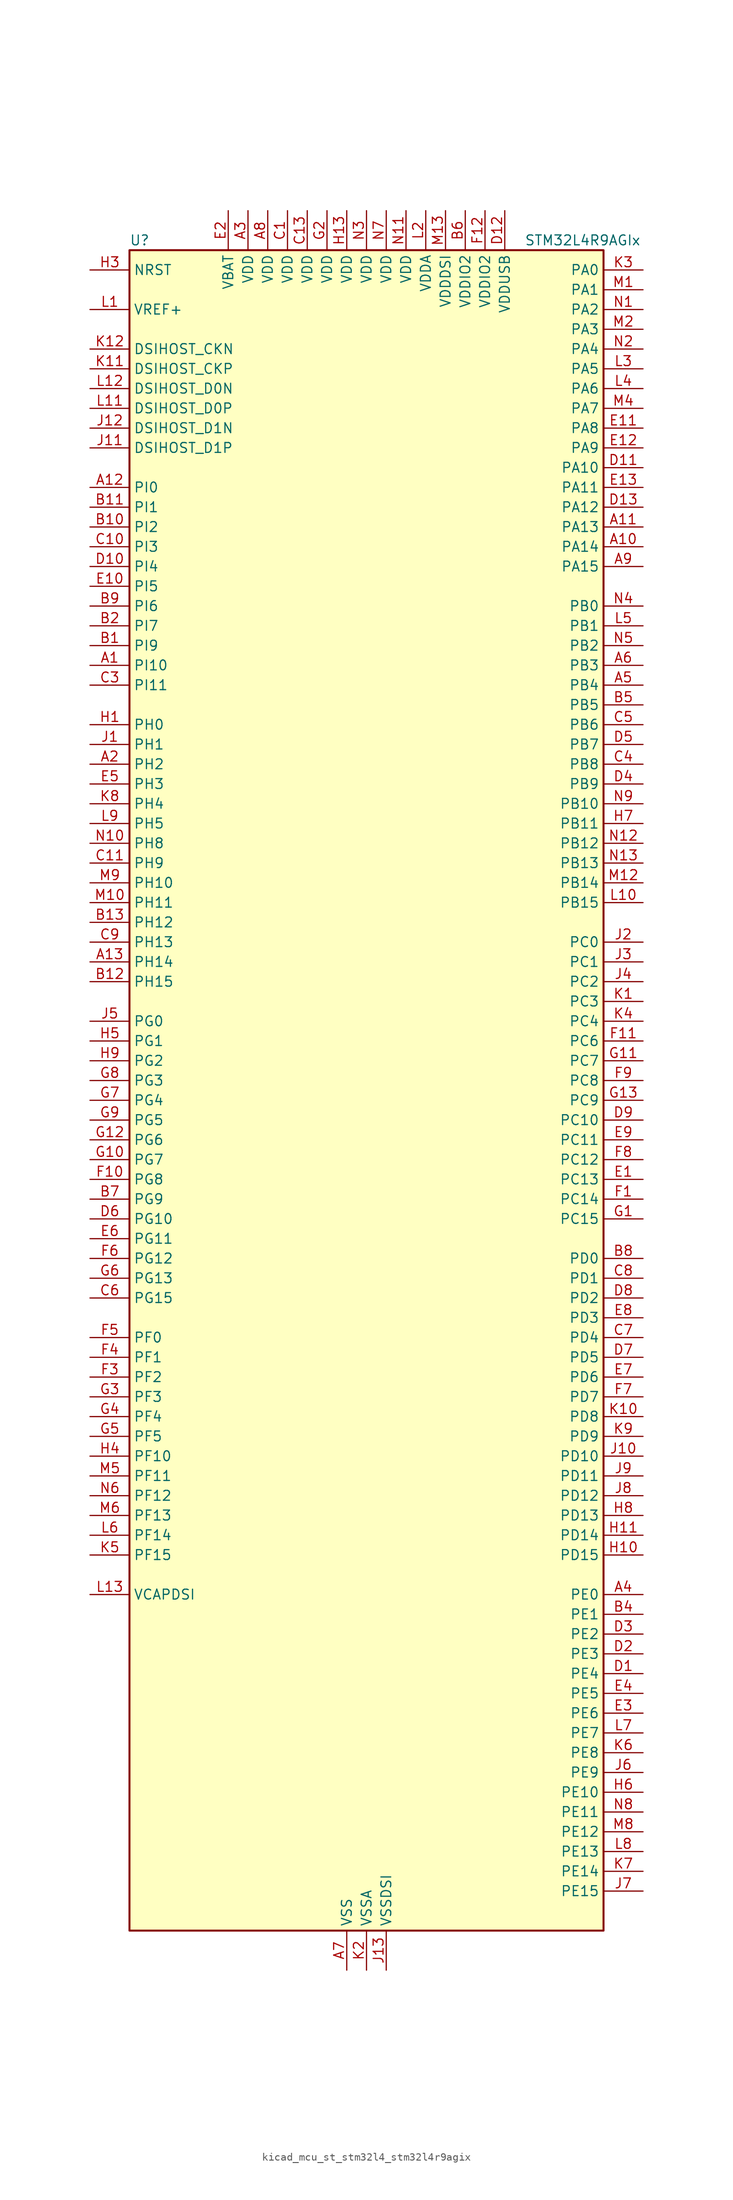
<source format=kicad_sym>
(kicad_symbol_lib
  (version 20220914)
  (generator kicad_symbol_editor)
  (symbol "kicad_mcu_st_stm32l4_stm32l4r9agix"
    (property "Reference" "U"
      (at -30.48 110.49 0)
      (effects (font (size 1.27 1.27)) (justify left)))
    (property "Value" "STM32L4R9AGIx"
      (at 20.32 110.49 0)
      (effects (font (size 1.27 1.27)) (justify left)))
    (property "ki_locked" ""
      (at 0 0 0)
      (effects (font (size 1.27 1.27))))
    (symbol "kicad_mcu_st_stm32l4_stm32l4r9agix_0_1"
      (rectangle (start -30.48 -106.68) (end 30.48 109.22) (stroke (width 0.254) (type default)) (fill (type background))))
    (symbol "kicad_mcu_st_stm32l4_stm32l4r9agix_1_1"
      (pin bidirectional line (at -35.56 55.88 0) (length 5.08) (name "PI10" (effects (font (size 1.27 1.27)))) (number "A1" (effects (font (size 1.27 1.27)))) (alternate "OCTOSPIM_P2_IO1" bidirectional line))
      (pin bidirectional line (at 35.56 71.12 180) (length 5.08) (name "PA14" (effects (font (size 1.27 1.27)))) (number "A10" (effects (font (size 1.27 1.27)))) (alternate "I2C1_SMBA" bidirectional line) (alternate "I2C4_SMBA" bidirectional line) (alternate "LPTIM1_OUT" bidirectional line) (alternate "SAI1_FS_B" bidirectional line) (alternate "SYS_JTCK-SWCLK" bidirectional line) (alternate "USB_OTG_FS_SOF" bidirectional line))
      (pin bidirectional line (at 35.56 73.66 180) (length 5.08) (name "PA13" (effects (font (size 1.27 1.27)))) (number "A11" (effects (font (size 1.27 1.27)))) (alternate "IR_OUT" bidirectional line) (alternate "SAI1_SD_B" bidirectional line) (alternate "SYS_JTMS-SWDIO" bidirectional line) (alternate "USB_OTG_FS_NOE" bidirectional line))
      (pin bidirectional line (at -35.56 78.74 0) (length 5.08) (name "PI0" (effects (font (size 1.27 1.27)))) (number "A12" (effects (font (size 1.27 1.27)))) (alternate "DCMI_D13" bidirectional line) (alternate "OCTOSPIM_P1_IO5" bidirectional line) (alternate "SPI2_NSS" bidirectional line) (alternate "TIM5_CH4" bidirectional line))
      (pin bidirectional line (at -35.56 17.78 0) (length 5.08) (name "PH14" (effects (font (size 1.27 1.27)))) (number "A13" (effects (font (size 1.27 1.27)))) (alternate "DCMI_D4" bidirectional line) (alternate "TIM8_CH2N" bidirectional line))
      (pin bidirectional line (at -35.56 43.18 0) (length 5.08) (name "PH2" (effects (font (size 1.27 1.27)))) (number "A2" (effects (font (size 1.27 1.27)))) (alternate "OCTOSPIM_P1_IO4" bidirectional line))
      (pin power_in line (at -15.24 114.3 270) (length 5.08) (name "VDD" (effects (font (size 1.27 1.27)))) (number "A3" (effects (font (size 1.27 1.27)))))
      (pin bidirectional line (at 35.56 -63.5 180) (length 5.08) (name "PE0" (effects (font (size 1.27 1.27)))) (number "A4" (effects (font (size 1.27 1.27)))) (alternate "DCMI_D2" bidirectional line) (alternate "FMC_NBL0" bidirectional line) (alternate "LTDC_HSYNC" bidirectional line) (alternate "TIM16_CH1" bidirectional line) (alternate "TIM4_ETR" bidirectional line))
      (pin bidirectional line (at 35.56 53.34 180) (length 5.08) (name "PB4" (effects (font (size 1.27 1.27)))) (number "A5" (effects (font (size 1.27 1.27)))) (alternate "COMP2_INP" bidirectional line) (alternate "DCMI_D12" bidirectional line) (alternate "I2C3_SDA" bidirectional line) (alternate "SAI1_MCLK_B" bidirectional line) (alternate "SPI1_MISO" bidirectional line) (alternate "SPI3_MISO" bidirectional line) (alternate "SYS_JTRST" bidirectional line) (alternate "TIM17_BKIN" bidirectional line) (alternate "TIM3_CH1" bidirectional line) (alternate "TSC_G2_IO1" bidirectional line) (alternate "UART5_DE" bidirectional line) (alternate "UART5_RTS" bidirectional line) (alternate "USART1_CTS" bidirectional line) (alternate "USART1_NSS" bidirectional line))
      (pin bidirectional line (at 35.56 55.88 180) (length 5.08) (name "PB3" (effects (font (size 1.27 1.27)))) (number "A6" (effects (font (size 1.27 1.27)))) (alternate "COMP2_INM" bidirectional line) (alternate "CRS_SYNC" bidirectional line) (alternate "SAI1_SCK_B" bidirectional line) (alternate "SPI1_SCK" bidirectional line) (alternate "SPI3_SCK" bidirectional line) (alternate "SYS_JTDO-SWO" bidirectional line) (alternate "TIM2_CH2" bidirectional line) (alternate "USART1_DE" bidirectional line) (alternate "USART1_RTS" bidirectional line))
      (pin power_in line (at -2.54 -111.76 90) (length 5.08) (name "VSS" (effects (font (size 1.27 1.27)))) (number "A7" (effects (font (size 1.27 1.27)))))
      (pin power_in line (at -12.7 114.3 270) (length 5.08) (name "VDD" (effects (font (size 1.27 1.27)))) (number "A8" (effects (font (size 1.27 1.27)))))
      (pin bidirectional line (at 35.56 68.58 180) (length 5.08) (name "PA15" (effects (font (size 1.27 1.27)))) (number "A9" (effects (font (size 1.27 1.27)))) (alternate "ADC1_EXTI15" bidirectional line) (alternate "SAI2_FS_B" bidirectional line) (alternate "SPI1_NSS" bidirectional line) (alternate "SPI3_NSS" bidirectional line) (alternate "SYS_JTDI" bidirectional line) (alternate "TIM2_CH1" bidirectional line) (alternate "TIM2_ETR" bidirectional line) (alternate "TSC_G3_IO1" bidirectional line) (alternate "UART4_DE" bidirectional line) (alternate "UART4_RTS" bidirectional line) (alternate "USART2_RX" bidirectional line) (alternate "USART3_DE" bidirectional line) (alternate "USART3_RTS" bidirectional line))
      (pin bidirectional line (at -35.56 58.42 0) (length 5.08) (name "PI9" (effects (font (size 1.27 1.27)))) (number "B1" (effects (font (size 1.27 1.27)))) (alternate "CAN1_RX" bidirectional line) (alternate "DAC1_EXTI9" bidirectional line) (alternate "OCTOSPIM_P2_IO2" bidirectional line))
      (pin bidirectional line (at -35.56 73.66 0) (length 5.08) (name "PI2" (effects (font (size 1.27 1.27)))) (number "B10" (effects (font (size 1.27 1.27)))) (alternate "DCMI_D9" bidirectional line) (alternate "SPI2_MISO" bidirectional line) (alternate "TIM8_CH4" bidirectional line))
      (pin bidirectional line (at -35.56 76.2 0) (length 5.08) (name "PI1" (effects (font (size 1.27 1.27)))) (number "B11" (effects (font (size 1.27 1.27)))) (alternate "DCMI_D8" bidirectional line) (alternate "SPI2_SCK" bidirectional line))
      (pin bidirectional line (at -35.56 15.24 0) (length 5.08) (name "PH15" (effects (font (size 1.27 1.27)))) (number "B12" (effects (font (size 1.27 1.27)))) (alternate "ADC1_EXTI15" bidirectional line) (alternate "DCMI_D11" bidirectional line) (alternate "OCTOSPIM_P2_IO6" bidirectional line) (alternate "TIM8_CH3N" bidirectional line))
      (pin bidirectional line (at -35.56 22.86 0) (length 5.08) (name "PH12" (effects (font (size 1.27 1.27)))) (number "B13" (effects (font (size 1.27 1.27)))) (alternate "DCMI_D3" bidirectional line) (alternate "OCTOSPIM_P2_IO7" bidirectional line) (alternate "TIM5_CH3" bidirectional line))
      (pin bidirectional line (at -35.56 60.96 0) (length 5.08) (name "PI7" (effects (font (size 1.27 1.27)))) (number "B2" (effects (font (size 1.27 1.27)))) (alternate "DCMI_D7" bidirectional line) (alternate "TIM8_CH3" bidirectional line))
      (pin passive line (at -2.54 -111.76 90) (length 5.08) hide (name "VSS" (effects (font (size 1.27 1.27)))) (number "B3" (effects (font (size 1.27 1.27)))))
      (pin bidirectional line (at 35.56 -66.04 180) (length 5.08) (name "PE1" (effects (font (size 1.27 1.27)))) (number "B4" (effects (font (size 1.27 1.27)))) (alternate "DCMI_D3" bidirectional line) (alternate "FMC_NBL1" bidirectional line) (alternate "LTDC_VSYNC" bidirectional line) (alternate "TIM17_CH1" bidirectional line))
      (pin bidirectional line (at 35.56 50.8 180) (length 5.08) (name "PB5" (effects (font (size 1.27 1.27)))) (number "B5" (effects (font (size 1.27 1.27)))) (alternate "COMP2_OUT" bidirectional line) (alternate "DCMI_D10" bidirectional line) (alternate "I2C1_SMBA" bidirectional line) (alternate "LPTIM1_IN1" bidirectional line) (alternate "SAI1_SD_B" bidirectional line) (alternate "SPI1_MOSI" bidirectional line) (alternate "SPI3_MOSI" bidirectional line) (alternate "TIM16_BKIN" bidirectional line) (alternate "TIM3_CH2" bidirectional line) (alternate "TSC_G2_IO2" bidirectional line) (alternate "UART5_CTS" bidirectional line) (alternate "USART1_CK" bidirectional line))
      (pin power_in line (at 12.7 114.3 270) (length 5.08) (name "VDDIO2" (effects (font (size 1.27 1.27)))) (number "B6" (effects (font (size 1.27 1.27)))))
      (pin bidirectional line (at -35.56 -12.7 0) (length 5.08) (name "PG9" (effects (font (size 1.27 1.27)))) (number "B7" (effects (font (size 1.27 1.27)))) (alternate "DAC1_EXTI9" bidirectional line) (alternate "FMC_NCE" bidirectional line) (alternate "FMC_NE2" bidirectional line) (alternate "OCTOSPIM_P2_IO6" bidirectional line) (alternate "SAI2_SCK_A" bidirectional line) (alternate "SPI3_SCK" bidirectional line) (alternate "TIM15_CH1N" bidirectional line) (alternate "USART1_TX" bidirectional line))
      (pin bidirectional line (at 35.56 -20.32 180) (length 5.08) (name "PD0" (effects (font (size 1.27 1.27)))) (number "B8" (effects (font (size 1.27 1.27)))) (alternate "CAN1_RX" bidirectional line) (alternate "DFSDM1_DATIN7" bidirectional line) (alternate "FMC_D2" bidirectional line) (alternate "FMC_DA2" bidirectional line) (alternate "LTDC_B4" bidirectional line) (alternate "SPI2_NSS" bidirectional line))
      (pin bidirectional line (at -35.56 63.5 0) (length 5.08) (name "PI6" (effects (font (size 1.27 1.27)))) (number "B9" (effects (font (size 1.27 1.27)))) (alternate "DCMI_D6" bidirectional line) (alternate "OCTOSPIM_P2_CLK" bidirectional line) (alternate "TIM8_CH2" bidirectional line))
      (pin power_in line (at -10.16 114.3 270) (length 5.08) (name "VDD" (effects (font (size 1.27 1.27)))) (number "C1" (effects (font (size 1.27 1.27)))))
      (pin bidirectional line (at -35.56 71.12 0) (length 5.08) (name "PI3" (effects (font (size 1.27 1.27)))) (number "C10" (effects (font (size 1.27 1.27)))) (alternate "DCMI_D10" bidirectional line) (alternate "SPI2_MOSI" bidirectional line) (alternate "TIM8_ETR" bidirectional line))
      (pin bidirectional line (at -35.56 30.48 0) (length 5.08) (name "PH9" (effects (font (size 1.27 1.27)))) (number "C11" (effects (font (size 1.27 1.27)))) (alternate "DAC1_EXTI9" bidirectional line) (alternate "DCMI_D0" bidirectional line) (alternate "I2C3_SMBA" bidirectional line) (alternate "OCTOSPIM_P2_IO4" bidirectional line))
      (pin passive line (at -2.54 -111.76 90) (length 5.08) hide (name "VSS" (effects (font (size 1.27 1.27)))) (number "C12" (effects (font (size 1.27 1.27)))))
      (pin power_in line (at -7.62 114.3 270) (length 5.08) (name "VDD" (effects (font (size 1.27 1.27)))) (number "C13" (effects (font (size 1.27 1.27)))))
      (pin passive line (at -2.54 -111.76 90) (length 5.08) hide (name "VSS" (effects (font (size 1.27 1.27)))) (number "C2" (effects (font (size 1.27 1.27)))))
      (pin bidirectional line (at -35.56 53.34 0) (length 5.08) (name "PI11" (effects (font (size 1.27 1.27)))) (number "C3" (effects (font (size 1.27 1.27)))) (alternate "ADC1_EXTI11" bidirectional line) (alternate "OCTOSPIM_P2_IO0" bidirectional line))
      (pin bidirectional line (at 35.56 43.18 180) (length 5.08) (name "PB8" (effects (font (size 1.27 1.27)))) (number "C4" (effects (font (size 1.27 1.27)))) (alternate "CAN1_RX" bidirectional line) (alternate "DCMI_D6" bidirectional line) (alternate "DFSDM1_CKOUT" bidirectional line) (alternate "DFSDM1_DATIN6" bidirectional line) (alternate "I2C1_SCL" bidirectional line) (alternate "LTDC_B1" bidirectional line) (alternate "SAI1_CK1" bidirectional line) (alternate "SAI1_MCLK_A" bidirectional line) (alternate "SDMMC1_CKIN" bidirectional line) (alternate "SDMMC1_D4" bidirectional line) (alternate "TIM16_CH1" bidirectional line) (alternate "TIM4_CH3" bidirectional line))
      (pin bidirectional line (at 35.56 48.26 180) (length 5.08) (name "PB6" (effects (font (size 1.27 1.27)))) (number "C5" (effects (font (size 1.27 1.27)))) (alternate "COMP2_INP" bidirectional line) (alternate "DCMI_D5" bidirectional line) (alternate "DFSDM1_DATIN5" bidirectional line) (alternate "I2C1_SCL" bidirectional line) (alternate "I2C4_SCL" bidirectional line) (alternate "LPTIM1_ETR" bidirectional line) (alternate "SAI1_FS_B" bidirectional line) (alternate "TIM16_CH1N" bidirectional line) (alternate "TIM4_CH1" bidirectional line) (alternate "TIM8_BKIN2" bidirectional line) (alternate "TSC_G2_IO3" bidirectional line) (alternate "USART1_TX" bidirectional line))
      (pin bidirectional line (at -35.56 -25.4 0) (length 5.08) (name "PG15" (effects (font (size 1.27 1.27)))) (number "C6" (effects (font (size 1.27 1.27)))) (alternate "ADC1_EXTI15" bidirectional line) (alternate "DCMI_D13" bidirectional line) (alternate "I2C1_SMBA" bidirectional line) (alternate "LPTIM1_OUT" bidirectional line) (alternate "OCTOSPIM_P2_DQS" bidirectional line))
      (pin bidirectional line (at 35.56 -30.48 180) (length 5.08) (name "PD4" (effects (font (size 1.27 1.27)))) (number "C7" (effects (font (size 1.27 1.27)))) (alternate "DFSDM1_CKIN0" bidirectional line) (alternate "FMC_NOE" bidirectional line) (alternate "OCTOSPIM_P1_IO4" bidirectional line) (alternate "SPI2_MOSI" bidirectional line) (alternate "USART2_DE" bidirectional line) (alternate "USART2_RTS" bidirectional line))
      (pin bidirectional line (at 35.56 -22.86 180) (length 5.08) (name "PD1" (effects (font (size 1.27 1.27)))) (number "C8" (effects (font (size 1.27 1.27)))) (alternate "CAN1_TX" bidirectional line) (alternate "DFSDM1_CKIN7" bidirectional line) (alternate "FMC_D3" bidirectional line) (alternate "FMC_DA3" bidirectional line) (alternate "LTDC_B5" bidirectional line) (alternate "SPI2_SCK" bidirectional line))
      (pin bidirectional line (at -35.56 20.32 0) (length 5.08) (name "PH13" (effects (font (size 1.27 1.27)))) (number "C9" (effects (font (size 1.27 1.27)))) (alternate "CAN1_TX" bidirectional line) (alternate "TIM8_CH1N" bidirectional line))
      (pin bidirectional line (at 35.56 -73.66 180) (length 5.08) (name "PE4" (effects (font (size 1.27 1.27)))) (number "D1" (effects (font (size 1.27 1.27)))) (alternate "DCMI_D4" bidirectional line) (alternate "DFSDM1_DATIN3" bidirectional line) (alternate "FMC_A20" bidirectional line) (alternate "LTDC_B0" bidirectional line) (alternate "SAI1_D2" bidirectional line) (alternate "SAI1_FS_A" bidirectional line) (alternate "SYS_TRACED1" bidirectional line) (alternate "TIM3_CH2" bidirectional line) (alternate "TSC_G7_IO3" bidirectional line))
      (pin bidirectional line (at -35.56 68.58 0) (length 5.08) (name "PI4" (effects (font (size 1.27 1.27)))) (number "D10" (effects (font (size 1.27 1.27)))) (alternate "DCMI_D5" bidirectional line) (alternate "TIM8_BKIN" bidirectional line))
      (pin bidirectional line (at 35.56 81.28 180) (length 5.08) (name "PA10" (effects (font (size 1.27 1.27)))) (number "D11" (effects (font (size 1.27 1.27)))) (alternate "DCMI_D1" bidirectional line) (alternate "SAI1_D1" bidirectional line) (alternate "SAI1_SD_A" bidirectional line) (alternate "TIM17_BKIN" bidirectional line) (alternate "TIM1_CH3" bidirectional line) (alternate "USART1_RX" bidirectional line) (alternate "USB_OTG_FS_ID" bidirectional line))
      (pin power_in line (at 17.78 114.3 270) (length 5.08) (name "VDDUSB" (effects (font (size 1.27 1.27)))) (number "D12" (effects (font (size 1.27 1.27)))))
      (pin bidirectional line (at 35.56 76.2 180) (length 5.08) (name "PA12" (effects (font (size 1.27 1.27)))) (number "D13" (effects (font (size 1.27 1.27)))) (alternate "CAN1_TX" bidirectional line) (alternate "SPI1_MOSI" bidirectional line) (alternate "TIM1_ETR" bidirectional line) (alternate "USART1_DE" bidirectional line) (alternate "USART1_RTS" bidirectional line) (alternate "USB_OTG_FS_DP" bidirectional line))
      (pin bidirectional line (at 35.56 -71.12 180) (length 5.08) (name "PE3" (effects (font (size 1.27 1.27)))) (number "D2" (effects (font (size 1.27 1.27)))) (alternate "FMC_A19" bidirectional line) (alternate "LTDC_R1" bidirectional line) (alternate "OCTOSPIM_P1_DQS" bidirectional line) (alternate "SAI1_SD_B" bidirectional line) (alternate "SYS_TRACED0" bidirectional line) (alternate "TIM3_CH1" bidirectional line) (alternate "TSC_G7_IO2" bidirectional line))
      (pin bidirectional line (at 35.56 -68.58 180) (length 5.08) (name "PE2" (effects (font (size 1.27 1.27)))) (number "D3" (effects (font (size 1.27 1.27)))) (alternate "FMC_A23" bidirectional line) (alternate "LTDC_R0" bidirectional line) (alternate "SAI1_CK1" bidirectional line) (alternate "SAI1_MCLK_A" bidirectional line) (alternate "SYS_TRACECLK" bidirectional line) (alternate "TIM3_ETR" bidirectional line) (alternate "TSC_G7_IO1" bidirectional line))
      (pin bidirectional line (at 35.56 40.64 180) (length 5.08) (name "PB9" (effects (font (size 1.27 1.27)))) (number "D4" (effects (font (size 1.27 1.27)))) (alternate "CAN1_TX" bidirectional line) (alternate "DAC1_EXTI9" bidirectional line) (alternate "DCMI_D7" bidirectional line) (alternate "DFSDM1_CKIN6" bidirectional line) (alternate "I2C1_SDA" bidirectional line) (alternate "IR_OUT" bidirectional line) (alternate "SAI1_D2" bidirectional line) (alternate "SAI1_FS_A" bidirectional line) (alternate "SDMMC1_CDIR" bidirectional line) (alternate "SDMMC1_D5" bidirectional line) (alternate "SPI2_NSS" bidirectional line) (alternate "TIM17_CH1" bidirectional line) (alternate "TIM4_CH4" bidirectional line))
      (pin bidirectional line (at 35.56 45.72 180) (length 5.08) (name "PB7" (effects (font (size 1.27 1.27)))) (number "D5" (effects (font (size 1.27 1.27)))) (alternate "COMP2_INM" bidirectional line) (alternate "DCMI_VSYNC" bidirectional line) (alternate "DFSDM1_CKIN5" bidirectional line) (alternate "DSIHOST_TE" bidirectional line) (alternate "FMC_NL" bidirectional line) (alternate "I2C1_SDA" bidirectional line) (alternate "I2C4_SDA" bidirectional line) (alternate "LPTIM1_IN2" bidirectional line) (alternate "SYS_PVD_IN" bidirectional line) (alternate "TIM17_CH1N" bidirectional line) (alternate "TIM4_CH2" bidirectional line) (alternate "TIM8_BKIN" bidirectional line) (alternate "TSC_G2_IO4" bidirectional line) (alternate "UART4_CTS" bidirectional line) (alternate "USART1_RX" bidirectional line))
      (pin bidirectional line (at -35.56 -15.24 0) (length 5.08) (name "PG10" (effects (font (size 1.27 1.27)))) (number "D6" (effects (font (size 1.27 1.27)))) (alternate "FMC_NE3" bidirectional line) (alternate "LPTIM1_IN1" bidirectional line) (alternate "OCTOSPIM_P2_IO7" bidirectional line) (alternate "SAI2_FS_A" bidirectional line) (alternate "SPI3_MISO" bidirectional line) (alternate "TIM15_CH1" bidirectional line) (alternate "USART1_RX" bidirectional line))
      (pin bidirectional line (at 35.56 -33.02 180) (length 5.08) (name "PD5" (effects (font (size 1.27 1.27)))) (number "D7" (effects (font (size 1.27 1.27)))) (alternate "FMC_NWE" bidirectional line) (alternate "OCTOSPIM_P1_IO5" bidirectional line) (alternate "USART2_TX" bidirectional line))
      (pin bidirectional line (at 35.56 -25.4 180) (length 5.08) (name "PD2" (effects (font (size 1.27 1.27)))) (number "D8" (effects (font (size 1.27 1.27)))) (alternate "DCMI_D11" bidirectional line) (alternate "SDMMC1_CMD" bidirectional line) (alternate "SYS_TRACED2" bidirectional line) (alternate "TIM3_ETR" bidirectional line) (alternate "TSC_SYNC" bidirectional line) (alternate "UART5_RX" bidirectional line) (alternate "USART3_DE" bidirectional line) (alternate "USART3_RTS" bidirectional line))
      (pin bidirectional line (at 35.56 -2.54 180) (length 5.08) (name "PC10" (effects (font (size 1.27 1.27)))) (number "D9" (effects (font (size 1.27 1.27)))) (alternate "DCMI_D8" bidirectional line) (alternate "SAI2_SCK_B" bidirectional line) (alternate "SDMMC1_D2" bidirectional line) (alternate "SPI3_SCK" bidirectional line) (alternate "SYS_TRACED1" bidirectional line) (alternate "TSC_G3_IO2" bidirectional line) (alternate "UART4_TX" bidirectional line) (alternate "USART3_TX" bidirectional line))
      (pin bidirectional line (at 35.56 -10.16 180) (length 5.08) (name "PC13" (effects (font (size 1.27 1.27)))) (number "E1" (effects (font (size 1.27 1.27)))) (alternate "RTC_OUT_ALARM" bidirectional line) (alternate "RTC_OUT_CALIB" bidirectional line) (alternate "RTC_TAMP1" bidirectional line) (alternate "RTC_TS" bidirectional line) (alternate "SYS_WKUP2" bidirectional line))
      (pin bidirectional line (at -35.56 66.04 0) (length 5.08) (name "PI5" (effects (font (size 1.27 1.27)))) (number "E10" (effects (font (size 1.27 1.27)))) (alternate "DCMI_VSYNC" bidirectional line) (alternate "OCTOSPIM_P2_NCS" bidirectional line) (alternate "TIM8_CH1" bidirectional line))
      (pin bidirectional line (at 35.56 86.36 180) (length 5.08) (name "PA8" (effects (font (size 1.27 1.27)))) (number "E11" (effects (font (size 1.27 1.27)))) (alternate "LPTIM2_OUT" bidirectional line) (alternate "RCC_MCO" bidirectional line) (alternate "SAI1_CK2" bidirectional line) (alternate "SAI1_SCK_A" bidirectional line) (alternate "TIM1_CH1" bidirectional line) (alternate "USART1_CK" bidirectional line) (alternate "USB_OTG_FS_SOF" bidirectional line))
      (pin bidirectional line (at 35.56 83.82 180) (length 5.08) (name "PA9" (effects (font (size 1.27 1.27)))) (number "E12" (effects (font (size 1.27 1.27)))) (alternate "DAC1_EXTI9" bidirectional line) (alternate "DCMI_D0" bidirectional line) (alternate "SAI1_FS_A" bidirectional line) (alternate "SPI2_SCK" bidirectional line) (alternate "TIM15_BKIN" bidirectional line) (alternate "TIM1_CH2" bidirectional line) (alternate "USART1_TX" bidirectional line) (alternate "USB_OTG_FS_VBUS" bidirectional line))
      (pin bidirectional line (at 35.56 78.74 180) (length 5.08) (name "PA11" (effects (font (size 1.27 1.27)))) (number "E13" (effects (font (size 1.27 1.27)))) (alternate "ADC1_EXTI11" bidirectional line) (alternate "CAN1_RX" bidirectional line) (alternate "SPI1_MISO" bidirectional line) (alternate "TIM1_BKIN2" bidirectional line) (alternate "TIM1_CH4" bidirectional line) (alternate "USART1_CTS" bidirectional line) (alternate "USART1_NSS" bidirectional line) (alternate "USB_OTG_FS_DM" bidirectional line))
      (pin power_in line (at -17.78 114.3 270) (length 5.08) (name "VBAT" (effects (font (size 1.27 1.27)))) (number "E2" (effects (font (size 1.27 1.27)))))
      (pin bidirectional line (at 35.56 -78.74 180) (length 5.08) (name "PE6" (effects (font (size 1.27 1.27)))) (number "E3" (effects (font (size 1.27 1.27)))) (alternate "DCMI_D7" bidirectional line) (alternate "FMC_A22" bidirectional line) (alternate "LTDC_G1" bidirectional line) (alternate "RTC_TAMP3" bidirectional line) (alternate "SAI1_D1" bidirectional line) (alternate "SAI1_SD_A" bidirectional line) (alternate "SYS_TRACED3" bidirectional line) (alternate "SYS_WKUP3" bidirectional line) (alternate "TIM3_CH4" bidirectional line))
      (pin bidirectional line (at 35.56 -76.2 180) (length 5.08) (name "PE5" (effects (font (size 1.27 1.27)))) (number "E4" (effects (font (size 1.27 1.27)))) (alternate "DCMI_D6" bidirectional line) (alternate "DFSDM1_CKIN3" bidirectional line) (alternate "FMC_A21" bidirectional line) (alternate "LTDC_G0" bidirectional line) (alternate "SAI1_CK2" bidirectional line) (alternate "SAI1_SCK_A" bidirectional line) (alternate "SYS_TRACED2" bidirectional line) (alternate "TIM3_CH3" bidirectional line) (alternate "TSC_G7_IO4" bidirectional line))
      (pin bidirectional line (at -35.56 40.64 0) (length 5.08) (name "PH3" (effects (font (size 1.27 1.27)))) (number "E5" (effects (font (size 1.27 1.27)))))
      (pin bidirectional line (at -35.56 -17.78 0) (length 5.08) (name "PG11" (effects (font (size 1.27 1.27)))) (number "E6" (effects (font (size 1.27 1.27)))) (alternate "ADC1_EXTI11" bidirectional line) (alternate "LPTIM1_IN2" bidirectional line) (alternate "OCTOSPIM_P1_IO5" bidirectional line) (alternate "SAI2_MCLK_A" bidirectional line) (alternate "SPI3_MOSI" bidirectional line) (alternate "TIM15_CH2" bidirectional line) (alternate "USART1_CTS" bidirectional line) (alternate "USART1_NSS" bidirectional line))
      (pin bidirectional line (at 35.56 -35.56 180) (length 5.08) (name "PD6" (effects (font (size 1.27 1.27)))) (number "E7" (effects (font (size 1.27 1.27)))) (alternate "DCMI_D10" bidirectional line) (alternate "DFSDM1_DATIN1" bidirectional line) (alternate "FMC_NWAIT" bidirectional line) (alternate "LTDC_DE" bidirectional line) (alternate "OCTOSPIM_P1_IO6" bidirectional line) (alternate "SAI1_D1" bidirectional line) (alternate "SAI1_SD_A" bidirectional line) (alternate "SPI3_MOSI" bidirectional line) (alternate "USART2_RX" bidirectional line))
      (pin bidirectional line (at 35.56 -27.94 180) (length 5.08) (name "PD3" (effects (font (size 1.27 1.27)))) (number "E8" (effects (font (size 1.27 1.27)))) (alternate "DCMI_D5" bidirectional line) (alternate "DFSDM1_DATIN0" bidirectional line) (alternate "FMC_CLK" bidirectional line) (alternate "LTDC_CLK" bidirectional line) (alternate "OCTOSPIM_P2_NCS" bidirectional line) (alternate "SPI2_MISO" bidirectional line) (alternate "SPI2_SCK" bidirectional line) (alternate "USART2_CTS" bidirectional line) (alternate "USART2_NSS" bidirectional line))
      (pin bidirectional line (at 35.56 -5.08 180) (length 5.08) (name "PC11" (effects (font (size 1.27 1.27)))) (number "E9" (effects (font (size 1.27 1.27)))) (alternate "ADC1_EXTI11" bidirectional line) (alternate "DCMI_D2" bidirectional line) (alternate "DCMI_D4" bidirectional line) (alternate "OCTOSPIM_P1_NCS" bidirectional line) (alternate "SAI2_MCLK_B" bidirectional line) (alternate "SDMMC1_D3" bidirectional line) (alternate "SPI3_MISO" bidirectional line) (alternate "TSC_G3_IO3" bidirectional line) (alternate "UART4_RX" bidirectional line) (alternate "USART3_RX" bidirectional line))
      (pin bidirectional line (at 35.56 -12.7 180) (length 5.08) (name "PC14" (effects (font (size 1.27 1.27)))) (number "F1" (effects (font (size 1.27 1.27)))) (alternate "RCC_OSC32_IN" bidirectional line))
      (pin bidirectional line (at -35.56 -10.16 0) (length 5.08) (name "PG8" (effects (font (size 1.27 1.27)))) (number "F10" (effects (font (size 1.27 1.27)))) (alternate "I2C3_SDA" bidirectional line) (alternate "LPUART1_RX" bidirectional line))
      (pin bidirectional line (at 35.56 7.62 180) (length 5.08) (name "PC6" (effects (font (size 1.27 1.27)))) (number "F11" (effects (font (size 1.27 1.27)))) (alternate "DCMI_D0" bidirectional line) (alternate "DFSDM1_CKIN3" bidirectional line) (alternate "LTDC_R0" bidirectional line) (alternate "SAI2_MCLK_A" bidirectional line) (alternate "SDMMC1_D0DIR" bidirectional line) (alternate "SDMMC1_D6" bidirectional line) (alternate "TIM3_CH1" bidirectional line) (alternate "TIM8_CH1" bidirectional line) (alternate "TSC_G4_IO1" bidirectional line))
      (pin power_in line (at 15.24 114.3 270) (length 5.08) (name "VDDIO2" (effects (font (size 1.27 1.27)))) (number "F12" (effects (font (size 1.27 1.27)))))
      (pin passive line (at -2.54 -111.76 90) (length 5.08) hide (name "VSS" (effects (font (size 1.27 1.27)))) (number "F13" (effects (font (size 1.27 1.27)))))
      (pin passive line (at -2.54 -111.76 90) (length 5.08) hide (name "VSS" (effects (font (size 1.27 1.27)))) (number "F2" (effects (font (size 1.27 1.27)))))
      (pin bidirectional line (at -35.56 -35.56 0) (length 5.08) (name "PF2" (effects (font (size 1.27 1.27)))) (number "F3" (effects (font (size 1.27 1.27)))) (alternate "FMC_A2" bidirectional line) (alternate "I2C2_SMBA" bidirectional line) (alternate "OCTOSPIM_P2_IO2" bidirectional line))
      (pin bidirectional line (at -35.56 -33.02 0) (length 5.08) (name "PF1" (effects (font (size 1.27 1.27)))) (number "F4" (effects (font (size 1.27 1.27)))) (alternate "FMC_A1" bidirectional line) (alternate "I2C2_SCL" bidirectional line) (alternate "OCTOSPIM_P2_IO1" bidirectional line))
      (pin bidirectional line (at -35.56 -30.48 0) (length 5.08) (name "PF0" (effects (font (size 1.27 1.27)))) (number "F5" (effects (font (size 1.27 1.27)))) (alternate "FMC_A0" bidirectional line) (alternate "I2C2_SDA" bidirectional line) (alternate "OCTOSPIM_P2_IO0" bidirectional line))
      (pin bidirectional line (at -35.56 -20.32 0) (length 5.08) (name "PG12" (effects (font (size 1.27 1.27)))) (number "F6" (effects (font (size 1.27 1.27)))) (alternate "FMC_NE4" bidirectional line) (alternate "LPTIM1_ETR" bidirectional line) (alternate "OCTOSPIM_P2_NCS" bidirectional line) (alternate "SAI2_SD_A" bidirectional line) (alternate "SPI3_NSS" bidirectional line) (alternate "USART1_DE" bidirectional line) (alternate "USART1_RTS" bidirectional line))
      (pin bidirectional line (at 35.56 -38.1 180) (length 5.08) (name "PD7" (effects (font (size 1.27 1.27)))) (number "F7" (effects (font (size 1.27 1.27)))) (alternate "DFSDM1_CKIN1" bidirectional line) (alternate "FMC_NCE" bidirectional line) (alternate "FMC_NE1" bidirectional line) (alternate "OCTOSPIM_P1_IO7" bidirectional line) (alternate "USART2_CK" bidirectional line))
      (pin bidirectional line (at 35.56 -7.62 180) (length 5.08) (name "PC12" (effects (font (size 1.27 1.27)))) (number "F8" (effects (font (size 1.27 1.27)))) (alternate "DCMI_D9" bidirectional line) (alternate "SAI2_SD_B" bidirectional line) (alternate "SDMMC1_CK" bidirectional line) (alternate "SPI3_MOSI" bidirectional line) (alternate "SYS_TRACED3" bidirectional line) (alternate "TSC_G3_IO4" bidirectional line) (alternate "UART5_TX" bidirectional line) (alternate "USART3_CK" bidirectional line))
      (pin bidirectional line (at 35.56 2.54 180) (length 5.08) (name "PC8" (effects (font (size 1.27 1.27)))) (number "F9" (effects (font (size 1.27 1.27)))) (alternate "DCMI_D2" bidirectional line) (alternate "SDMMC1_D0" bidirectional line) (alternate "TIM3_CH3" bidirectional line) (alternate "TIM8_CH3" bidirectional line) (alternate "TSC_G4_IO3" bidirectional line))
      (pin bidirectional line (at 35.56 -15.24 180) (length 5.08) (name "PC15" (effects (font (size 1.27 1.27)))) (number "G1" (effects (font (size 1.27 1.27)))) (alternate "ADC1_EXTI15" bidirectional line) (alternate "RCC_OSC32_OUT" bidirectional line))
      (pin bidirectional line (at -35.56 -7.62 0) (length 5.08) (name "PG7" (effects (font (size 1.27 1.27)))) (number "G10" (effects (font (size 1.27 1.27)))) (alternate "DFSDM1_CKOUT" bidirectional line) (alternate "FMC_INT" bidirectional line) (alternate "I2C3_SCL" bidirectional line) (alternate "LPUART1_TX" bidirectional line) (alternate "OCTOSPIM_P2_DQS" bidirectional line) (alternate "SAI1_CK1" bidirectional line) (alternate "SAI1_MCLK_A" bidirectional line))
      (pin bidirectional line (at 35.56 5.08 180) (length 5.08) (name "PC7" (effects (font (size 1.27 1.27)))) (number "G11" (effects (font (size 1.27 1.27)))) (alternate "DCMI_D1" bidirectional line) (alternate "DFSDM1_DATIN3" bidirectional line) (alternate "LTDC_R1" bidirectional line) (alternate "SAI2_MCLK_B" bidirectional line) (alternate "SDMMC1_D123DIR" bidirectional line) (alternate "SDMMC1_D7" bidirectional line) (alternate "TIM3_CH2" bidirectional line) (alternate "TIM8_CH2" bidirectional line) (alternate "TSC_G4_IO2" bidirectional line))
      (pin bidirectional line (at -35.56 -5.08 0) (length 5.08) (name "PG6" (effects (font (size 1.27 1.27)))) (number "G12" (effects (font (size 1.27 1.27)))) (alternate "DSIHOST_TE" bidirectional line) (alternate "I2C3_SMBA" bidirectional line) (alternate "LPUART1_DE" bidirectional line) (alternate "LPUART1_RTS" bidirectional line) (alternate "LTDC_R1" bidirectional line) (alternate "OCTOSPIM_P1_DQS" bidirectional line))
      (pin bidirectional line (at 35.56 0 180) (length 5.08) (name "PC9" (effects (font (size 1.27 1.27)))) (number "G13" (effects (font (size 1.27 1.27)))) (alternate "DAC1_EXTI9" bidirectional line) (alternate "DCMI_D3" bidirectional line) (alternate "I2C3_SDA" bidirectional line) (alternate "SAI2_EXTCLK" bidirectional line) (alternate "SDMMC1_D1" bidirectional line) (alternate "SYS_TRACED0" bidirectional line) (alternate "TIM3_CH4" bidirectional line) (alternate "TIM8_BKIN2" bidirectional line) (alternate "TIM8_CH4" bidirectional line) (alternate "TSC_G4_IO4" bidirectional line) (alternate "USB_OTG_FS_NOE" bidirectional line))
      (pin power_in line (at -5.08 114.3 270) (length 5.08) (name "VDD" (effects (font (size 1.27 1.27)))) (number "G2" (effects (font (size 1.27 1.27)))))
      (pin bidirectional line (at -35.56 -38.1 0) (length 5.08) (name "PF3" (effects (font (size 1.27 1.27)))) (number "G3" (effects (font (size 1.27 1.27)))) (alternate "FMC_A3" bidirectional line) (alternate "OCTOSPIM_P2_IO3" bidirectional line))
      (pin bidirectional line (at -35.56 -40.64 0) (length 5.08) (name "PF4" (effects (font (size 1.27 1.27)))) (number "G4" (effects (font (size 1.27 1.27)))) (alternate "FMC_A4" bidirectional line) (alternate "OCTOSPIM_P2_CLK" bidirectional line))
      (pin bidirectional line (at -35.56 -43.18 0) (length 5.08) (name "PF5" (effects (font (size 1.27 1.27)))) (number "G5" (effects (font (size 1.27 1.27)))) (alternate "FMC_A5" bidirectional line))
      (pin bidirectional line (at -35.56 -22.86 0) (length 5.08) (name "PG13" (effects (font (size 1.27 1.27)))) (number "G6" (effects (font (size 1.27 1.27)))) (alternate "FMC_A24" bidirectional line) (alternate "I2C1_SDA" bidirectional line) (alternate "LTDC_R0" bidirectional line) (alternate "USART1_CK" bidirectional line))
      (pin bidirectional line (at -35.56 0 0) (length 5.08) (name "PG4" (effects (font (size 1.27 1.27)))) (number "G7" (effects (font (size 1.27 1.27)))) (alternate "FMC_A14" bidirectional line) (alternate "SAI2_MCLK_B" bidirectional line) (alternate "SPI1_MOSI" bidirectional line))
      (pin bidirectional line (at -35.56 2.54 0) (length 5.08) (name "PG3" (effects (font (size 1.27 1.27)))) (number "G8" (effects (font (size 1.27 1.27)))) (alternate "FMC_A13" bidirectional line) (alternate "SAI2_FS_B" bidirectional line) (alternate "SPI1_MISO" bidirectional line))
      (pin bidirectional line (at -35.56 -2.54 0) (length 5.08) (name "PG5" (effects (font (size 1.27 1.27)))) (number "G9" (effects (font (size 1.27 1.27)))) (alternate "FMC_A15" bidirectional line) (alternate "LPUART1_CTS" bidirectional line) (alternate "SAI2_SD_B" bidirectional line) (alternate "SPI1_NSS" bidirectional line))
      (pin bidirectional line (at -35.56 48.26 0) (length 5.08) (name "PH0" (effects (font (size 1.27 1.27)))) (number "H1" (effects (font (size 1.27 1.27)))) (alternate "RCC_OSC_IN" bidirectional line))
      (pin bidirectional line (at 35.56 -58.42 180) (length 5.08) (name "PD15" (effects (font (size 1.27 1.27)))) (number "H10" (effects (font (size 1.27 1.27)))) (alternate "ADC1_EXTI15" bidirectional line) (alternate "FMC_D1" bidirectional line) (alternate "FMC_DA1" bidirectional line) (alternate "LTDC_B3" bidirectional line) (alternate "TIM4_CH4" bidirectional line))
      (pin bidirectional line (at 35.56 -55.88 180) (length 5.08) (name "PD14" (effects (font (size 1.27 1.27)))) (number "H11" (effects (font (size 1.27 1.27)))) (alternate "FMC_D0" bidirectional line) (alternate "FMC_DA0" bidirectional line) (alternate "LTDC_B2" bidirectional line) (alternate "TIM4_CH3" bidirectional line))
      (pin passive line (at -2.54 -111.76 90) (length 5.08) hide (name "VSS" (effects (font (size 1.27 1.27)))) (number "H12" (effects (font (size 1.27 1.27)))))
      (pin power_in line (at -2.54 114.3 270) (length 5.08) (name "VDD" (effects (font (size 1.27 1.27)))) (number "H13" (effects (font (size 1.27 1.27)))))
      (pin passive line (at -2.54 -111.76 90) (length 5.08) hide (name "VSS" (effects (font (size 1.27 1.27)))) (number "H2" (effects (font (size 1.27 1.27)))))
      (pin input line (at -35.56 106.68 0) (length 5.08) (name "NRST" (effects (font (size 1.27 1.27)))) (number "H3" (effects (font (size 1.27 1.27)))))
      (pin bidirectional line (at -35.56 -45.72 0) (length 5.08) (name "PF10" (effects (font (size 1.27 1.27)))) (number "H4" (effects (font (size 1.27 1.27)))) (alternate "DCMI_D11" bidirectional line) (alternate "DFSDM1_CKOUT" bidirectional line) (alternate "OCTOSPIM_P1_CLK" bidirectional line) (alternate "SAI1_D3" bidirectional line) (alternate "TIM15_CH2" bidirectional line))
      (pin bidirectional line (at -35.56 7.62 0) (length 5.08) (name "PG1" (effects (font (size 1.27 1.27)))) (number "H5" (effects (font (size 1.27 1.27)))) (alternate "FMC_A11" bidirectional line) (alternate "OCTOSPIM_P2_IO5" bidirectional line) (alternate "TSC_G8_IO4" bidirectional line))
      (pin bidirectional line (at 35.56 -88.9 180) (length 5.08) (name "PE10" (effects (font (size 1.27 1.27)))) (number "H6" (effects (font (size 1.27 1.27)))) (alternate "DFSDM1_DATIN4" bidirectional line) (alternate "FMC_D7" bidirectional line) (alternate "FMC_DA7" bidirectional line) (alternate "LTDC_G3" bidirectional line) (alternate "OCTOSPIM_P1_CLK" bidirectional line) (alternate "SAI1_MCLK_B" bidirectional line) (alternate "TIM1_CH2N" bidirectional line) (alternate "TSC_G5_IO1" bidirectional line))
      (pin bidirectional line (at 35.56 35.56 180) (length 5.08) (name "PB11" (effects (font (size 1.27 1.27)))) (number "H7" (effects (font (size 1.27 1.27)))) (alternate "ADC1_EXTI11" bidirectional line) (alternate "COMP2_OUT" bidirectional line) (alternate "DFSDM1_CKIN7" bidirectional line) (alternate "DSIHOST_TE" bidirectional line) (alternate "I2C2_SDA" bidirectional line) (alternate "I2C4_SDA" bidirectional line) (alternate "LPUART1_TX" bidirectional line) (alternate "OCTOSPIM_P1_NCS" bidirectional line) (alternate "TIM2_CH4" bidirectional line) (alternate "USART3_RX" bidirectional line))
      (pin bidirectional line (at 35.56 -53.34 180) (length 5.08) (name "PD13" (effects (font (size 1.27 1.27)))) (number "H8" (effects (font (size 1.27 1.27)))) (alternate "FMC_A18" bidirectional line) (alternate "I2C4_SDA" bidirectional line) (alternate "LPTIM2_OUT" bidirectional line) (alternate "TIM4_CH2" bidirectional line) (alternate "TSC_G6_IO4" bidirectional line))
      (pin bidirectional line (at -35.56 5.08 0) (length 5.08) (name "PG2" (effects (font (size 1.27 1.27)))) (number "H9" (effects (font (size 1.27 1.27)))) (alternate "FMC_A12" bidirectional line) (alternate "SAI2_SCK_B" bidirectional line) (alternate "SPI1_SCK" bidirectional line))
      (pin bidirectional line (at -35.56 45.72 0) (length 5.08) (name "PH1" (effects (font (size 1.27 1.27)))) (number "J1" (effects (font (size 1.27 1.27)))) (alternate "RCC_OSC_OUT" bidirectional line))
      (pin bidirectional line (at 35.56 -45.72 180) (length 5.08) (name "PD10" (effects (font (size 1.27 1.27)))) (number "J10" (effects (font (size 1.27 1.27)))) (alternate "FMC_D15" bidirectional line) (alternate "FMC_DA15" bidirectional line) (alternate "LTDC_R5" bidirectional line) (alternate "SAI2_SCK_A" bidirectional line) (alternate "TSC_G6_IO1" bidirectional line) (alternate "USART3_CK" bidirectional line))
      (pin bidirectional line (at -35.56 83.82 0) (length 5.08) (name "DSIHOST_D1P" (effects (font (size 1.27 1.27)))) (number "J11" (effects (font (size 1.27 1.27)))) (alternate "DSIHOST_D1P" bidirectional line))
      (pin bidirectional line (at -35.56 86.36 0) (length 5.08) (name "DSIHOST_D1N" (effects (font (size 1.27 1.27)))) (number "J12" (effects (font (size 1.27 1.27)))) (alternate "DSIHOST_D1N" bidirectional line))
      (pin power_in line (at 2.54 -111.76 90) (length 5.08) (name "VSSDSI" (effects (font (size 1.27 1.27)))) (number "J13" (effects (font (size 1.27 1.27)))))
      (pin bidirectional line (at 35.56 20.32 180) (length 5.08) (name "PC0" (effects (font (size 1.27 1.27)))) (number "J2" (effects (font (size 1.27 1.27)))) (alternate "ADC1_IN1" bidirectional line) (alternate "DFSDM1_DATIN4" bidirectional line) (alternate "I2C3_SCL" bidirectional line) (alternate "LPTIM1_IN1" bidirectional line) (alternate "LPTIM2_IN1" bidirectional line) (alternate "LPUART1_RX" bidirectional line) (alternate "SAI2_FS_A" bidirectional line))
      (pin bidirectional line (at 35.56 17.78 180) (length 5.08) (name "PC1" (effects (font (size 1.27 1.27)))) (number "J3" (effects (font (size 1.27 1.27)))) (alternate "ADC1_IN2" bidirectional line) (alternate "DFSDM1_CKIN4" bidirectional line) (alternate "I2C3_SDA" bidirectional line) (alternate "LPTIM1_OUT" bidirectional line) (alternate "LPUART1_TX" bidirectional line) (alternate "OCTOSPIM_P1_IO4" bidirectional line) (alternate "SAI1_SD_A" bidirectional line) (alternate "SPI2_MOSI" bidirectional line) (alternate "SYS_TRACED0" bidirectional line))
      (pin bidirectional line (at 35.56 15.24 180) (length 5.08) (name "PC2" (effects (font (size 1.27 1.27)))) (number "J4" (effects (font (size 1.27 1.27)))) (alternate "ADC1_IN3" bidirectional line) (alternate "DFSDM1_CKOUT" bidirectional line) (alternate "LPTIM1_IN2" bidirectional line) (alternate "OCTOSPIM_P1_IO5" bidirectional line) (alternate "SPI2_MISO" bidirectional line))
      (pin bidirectional line (at -35.56 10.16 0) (length 5.08) (name "PG0" (effects (font (size 1.27 1.27)))) (number "J5" (effects (font (size 1.27 1.27)))) (alternate "FMC_A10" bidirectional line) (alternate "OCTOSPIM_P2_IO4" bidirectional line) (alternate "TSC_G8_IO3" bidirectional line))
      (pin bidirectional line (at 35.56 -86.36 180) (length 5.08) (name "PE9" (effects (font (size 1.27 1.27)))) (number "J6" (effects (font (size 1.27 1.27)))) (alternate "DAC1_EXTI9" bidirectional line) (alternate "DFSDM1_CKOUT" bidirectional line) (alternate "FMC_D6" bidirectional line) (alternate "FMC_DA6" bidirectional line) (alternate "LTDC_G2" bidirectional line) (alternate "SAI1_FS_B" bidirectional line) (alternate "TIM1_CH1" bidirectional line))
      (pin bidirectional line (at 35.56 -101.6 180) (length 5.08) (name "PE15" (effects (font (size 1.27 1.27)))) (number "J7" (effects (font (size 1.27 1.27)))) (alternate "ADC1_EXTI15" bidirectional line) (alternate "FMC_D12" bidirectional line) (alternate "FMC_DA12" bidirectional line) (alternate "LTDC_R2" bidirectional line) (alternate "OCTOSPIM_P1_IO3" bidirectional line) (alternate "SPI1_MOSI" bidirectional line) (alternate "TIM1_BKIN" bidirectional line))
      (pin bidirectional line (at 35.56 -50.8 180) (length 5.08) (name "PD12" (effects (font (size 1.27 1.27)))) (number "J8" (effects (font (size 1.27 1.27)))) (alternate "FMC_A17" bidirectional line) (alternate "FMC_ALE" bidirectional line) (alternate "I2C4_SCL" bidirectional line) (alternate "LPTIM2_IN1" bidirectional line) (alternate "LTDC_R7" bidirectional line) (alternate "SAI2_FS_A" bidirectional line) (alternate "TIM4_CH1" bidirectional line) (alternate "TSC_G6_IO3" bidirectional line) (alternate "USART3_DE" bidirectional line) (alternate "USART3_RTS" bidirectional line))
      (pin bidirectional line (at 35.56 -48.26 180) (length 5.08) (name "PD11" (effects (font (size 1.27 1.27)))) (number "J9" (effects (font (size 1.27 1.27)))) (alternate "ADC1_EXTI11" bidirectional line) (alternate "FMC_A16" bidirectional line) (alternate "FMC_CLE" bidirectional line) (alternate "I2C4_SMBA" bidirectional line) (alternate "LPTIM2_ETR" bidirectional line) (alternate "LTDC_R6" bidirectional line) (alternate "SAI2_SD_A" bidirectional line) (alternate "TSC_G6_IO2" bidirectional line) (alternate "USART3_CTS" bidirectional line) (alternate "USART3_NSS" bidirectional line))
      (pin bidirectional line (at 35.56 12.7 180) (length 5.08) (name "PC3" (effects (font (size 1.27 1.27)))) (number "K1" (effects (font (size 1.27 1.27)))) (alternate "ADC1_IN4" bidirectional line) (alternate "LPTIM1_ETR" bidirectional line) (alternate "LPTIM2_ETR" bidirectional line) (alternate "OCTOSPIM_P1_IO6" bidirectional line) (alternate "SAI1_D1" bidirectional line) (alternate "SAI1_SD_A" bidirectional line) (alternate "SPI2_MOSI" bidirectional line))
      (pin bidirectional line (at 35.56 -40.64 180) (length 5.08) (name "PD8" (effects (font (size 1.27 1.27)))) (number "K10" (effects (font (size 1.27 1.27)))) (alternate "DCMI_HSYNC" bidirectional line) (alternate "FMC_D13" bidirectional line) (alternate "FMC_DA13" bidirectional line) (alternate "LTDC_R3" bidirectional line) (alternate "USART3_TX" bidirectional line))
      (pin bidirectional line (at -35.56 93.98 0) (length 5.08) (name "DSIHOST_CKP" (effects (font (size 1.27 1.27)))) (number "K11" (effects (font (size 1.27 1.27)))) (alternate "DSIHOST_CKP" bidirectional line))
      (pin bidirectional line (at -35.56 96.52 0) (length 5.08) (name "DSIHOST_CKN" (effects (font (size 1.27 1.27)))) (number "K12" (effects (font (size 1.27 1.27)))) (alternate "DSIHOST_CKN" bidirectional line))
      (pin passive line (at 2.54 -111.76 90) (length 5.08) hide (name "VSSDSI" (effects (font (size 1.27 1.27)))) (number "K13" (effects (font (size 1.27 1.27)))))
      (pin power_in line (at 0 -111.76 90) (length 5.08) (name "VSSA" (effects (font (size 1.27 1.27)))) (number "K2" (effects (font (size 1.27 1.27)))))
      (pin bidirectional line (at 35.56 106.68 180) (length 5.08) (name "PA0" (effects (font (size 1.27 1.27)))) (number "K3" (effects (font (size 1.27 1.27)))) (alternate "ADC1_IN5" bidirectional line) (alternate "OPAMP1_VINP" bidirectional line) (alternate "RTC_TAMP2" bidirectional line) (alternate "SAI1_EXTCLK" bidirectional line) (alternate "SYS_WKUP1" bidirectional line) (alternate "TIM2_CH1" bidirectional line) (alternate "TIM2_ETR" bidirectional line) (alternate "TIM5_CH1" bidirectional line) (alternate "TIM8_ETR" bidirectional line) (alternate "UART4_TX" bidirectional line) (alternate "USART2_CTS" bidirectional line) (alternate "USART2_NSS" bidirectional line))
      (pin bidirectional line (at 35.56 10.16 180) (length 5.08) (name "PC4" (effects (font (size 1.27 1.27)))) (number "K4" (effects (font (size 1.27 1.27)))) (alternate "ADC1_IN13" bidirectional line) (alternate "COMP1_INM" bidirectional line) (alternate "OCTOSPIM_P1_IO7" bidirectional line) (alternate "USART3_TX" bidirectional line))
      (pin bidirectional line (at -35.56 -58.42 0) (length 5.08) (name "PF15" (effects (font (size 1.27 1.27)))) (number "K5" (effects (font (size 1.27 1.27)))) (alternate "ADC1_EXTI15" bidirectional line) (alternate "FMC_A9" bidirectional line) (alternate "I2C4_SDA" bidirectional line) (alternate "LTDC_G1" bidirectional line) (alternate "TSC_G8_IO2" bidirectional line))
      (pin bidirectional line (at 35.56 -83.82 180) (length 5.08) (name "PE8" (effects (font (size 1.27 1.27)))) (number "K6" (effects (font (size 1.27 1.27)))) (alternate "DFSDM1_CKIN2" bidirectional line) (alternate "FMC_D5" bidirectional line) (alternate "FMC_DA5" bidirectional line) (alternate "LTDC_B7" bidirectional line) (alternate "SAI1_SCK_B" bidirectional line) (alternate "TIM1_CH1N" bidirectional line))
      (pin bidirectional line (at 35.56 -99.06 180) (length 5.08) (name "PE14" (effects (font (size 1.27 1.27)))) (number "K7" (effects (font (size 1.27 1.27)))) (alternate "FMC_D11" bidirectional line) (alternate "FMC_DA11" bidirectional line) (alternate "LTDC_G7" bidirectional line) (alternate "OCTOSPIM_P1_IO2" bidirectional line) (alternate "SPI1_MISO" bidirectional line) (alternate "TIM1_BKIN2" bidirectional line) (alternate "TIM1_CH4" bidirectional line))
      (pin bidirectional line (at -35.56 38.1 0) (length 5.08) (name "PH4" (effects (font (size 1.27 1.27)))) (number "K8" (effects (font (size 1.27 1.27)))) (alternate "I2C2_SCL" bidirectional line) (alternate "OCTOSPIM_P2_DQS" bidirectional line))
      (pin bidirectional line (at 35.56 -43.18 180) (length 5.08) (name "PD9" (effects (font (size 1.27 1.27)))) (number "K9" (effects (font (size 1.27 1.27)))) (alternate "DAC1_EXTI9" bidirectional line) (alternate "DCMI_PIXCLK" bidirectional line) (alternate "FMC_D14" bidirectional line) (alternate "FMC_DA14" bidirectional line) (alternate "LTDC_R4" bidirectional line) (alternate "SAI2_MCLK_A" bidirectional line) (alternate "USART3_RX" bidirectional line))
      (pin input line (at -35.56 101.6 0) (length 5.08) (name "VREF+" (effects (font (size 1.27 1.27)))) (number "L1" (effects (font (size 1.27 1.27)))) (alternate "VREFBUF_OUT" bidirectional line))
      (pin bidirectional line (at 35.56 25.4 180) (length 5.08) (name "PB15" (effects (font (size 1.27 1.27)))) (number "L10" (effects (font (size 1.27 1.27)))) (alternate "ADC1_EXTI15" bidirectional line) (alternate "DFSDM1_CKIN2" bidirectional line) (alternate "RTC_REFIN" bidirectional line) (alternate "SAI2_SD_A" bidirectional line) (alternate "SPI2_MOSI" bidirectional line) (alternate "TIM15_CH2" bidirectional line) (alternate "TIM1_CH3N" bidirectional line) (alternate "TIM8_CH3N" bidirectional line) (alternate "TSC_G1_IO4" bidirectional line))
      (pin bidirectional line (at -35.56 88.9 0) (length 5.08) (name "DSIHOST_D0P" (effects (font (size 1.27 1.27)))) (number "L11" (effects (font (size 1.27 1.27)))) (alternate "DSIHOST_D0P" bidirectional line))
      (pin bidirectional line (at -35.56 91.44 0) (length 5.08) (name "DSIHOST_D0N" (effects (font (size 1.27 1.27)))) (number "L12" (effects (font (size 1.27 1.27)))) (alternate "DSIHOST_D0N" bidirectional line))
      (pin power_out line (at -35.56 -63.5 0) (length 5.08) (name "VCAPDSI" (effects (font (size 1.27 1.27)))) (number "L13" (effects (font (size 1.27 1.27)))))
      (pin power_in line (at 7.62 114.3 270) (length 5.08) (name "VDDA" (effects (font (size 1.27 1.27)))) (number "L2" (effects (font (size 1.27 1.27)))))
      (pin bidirectional line (at 35.56 93.98 180) (length 5.08) (name "PA5" (effects (font (size 1.27 1.27)))) (number "L3" (effects (font (size 1.27 1.27)))) (alternate "ADC1_IN10" bidirectional line) (alternate "DAC1_OUT2" bidirectional line) (alternate "LPTIM2_ETR" bidirectional line) (alternate "SPI1_SCK" bidirectional line) (alternate "TIM2_CH1" bidirectional line) (alternate "TIM2_ETR" bidirectional line) (alternate "TIM8_CH1N" bidirectional line))
      (pin bidirectional line (at 35.56 91.44 180) (length 5.08) (name "PA6" (effects (font (size 1.27 1.27)))) (number "L4" (effects (font (size 1.27 1.27)))) (alternate "ADC1_IN11" bidirectional line) (alternate "DCMI_PIXCLK" bidirectional line) (alternate "LPUART1_CTS" bidirectional line) (alternate "OCTOSPIM_P1_IO3" bidirectional line) (alternate "OPAMP2_VINP" bidirectional line) (alternate "SPI1_MISO" bidirectional line) (alternate "TIM16_CH1" bidirectional line) (alternate "TIM1_BKIN" bidirectional line) (alternate "TIM3_CH1" bidirectional line) (alternate "TIM8_BKIN" bidirectional line) (alternate "USART3_CTS" bidirectional line) (alternate "USART3_NSS" bidirectional line))
      (pin bidirectional line (at 35.56 60.96 180) (length 5.08) (name "PB1" (effects (font (size 1.27 1.27)))) (number "L5" (effects (font (size 1.27 1.27)))) (alternate "ADC1_IN16" bidirectional line) (alternate "COMP1_INM" bidirectional line) (alternate "DFSDM1_DATIN0" bidirectional line) (alternate "LPTIM2_IN1" bidirectional line) (alternate "LPUART1_DE" bidirectional line) (alternate "LPUART1_RTS" bidirectional line) (alternate "OCTOSPIM_P1_IO0" bidirectional line) (alternate "TIM1_CH3N" bidirectional line) (alternate "TIM3_CH4" bidirectional line) (alternate "TIM8_CH3N" bidirectional line) (alternate "USART3_DE" bidirectional line) (alternate "USART3_RTS" bidirectional line))
      (pin bidirectional line (at -35.56 -55.88 0) (length 5.08) (name "PF14" (effects (font (size 1.27 1.27)))) (number "L6" (effects (font (size 1.27 1.27)))) (alternate "DFSDM1_CKIN6" bidirectional line) (alternate "FMC_A8" bidirectional line) (alternate "I2C4_SCL" bidirectional line) (alternate "LTDC_G0" bidirectional line) (alternate "TSC_G8_IO1" bidirectional line))
      (pin bidirectional line (at 35.56 -81.28 180) (length 5.08) (name "PE7" (effects (font (size 1.27 1.27)))) (number "L7" (effects (font (size 1.27 1.27)))) (alternate "DFSDM1_DATIN2" bidirectional line) (alternate "FMC_D4" bidirectional line) (alternate "FMC_DA4" bidirectional line) (alternate "LTDC_B6" bidirectional line) (alternate "SAI1_SD_B" bidirectional line) (alternate "TIM1_ETR" bidirectional line))
      (pin bidirectional line (at 35.56 -96.52 180) (length 5.08) (name "PE13" (effects (font (size 1.27 1.27)))) (number "L8" (effects (font (size 1.27 1.27)))) (alternate "DFSDM1_CKIN5" bidirectional line) (alternate "FMC_D10" bidirectional line) (alternate "FMC_DA10" bidirectional line) (alternate "LTDC_G6" bidirectional line) (alternate "OCTOSPIM_P1_IO1" bidirectional line) (alternate "SPI1_SCK" bidirectional line) (alternate "TIM1_CH3" bidirectional line) (alternate "TSC_G5_IO4" bidirectional line))
      (pin bidirectional line (at -35.56 35.56 0) (length 5.08) (name "PH5" (effects (font (size 1.27 1.27)))) (number "L9" (effects (font (size 1.27 1.27)))) (alternate "DCMI_PIXCLK" bidirectional line) (alternate "I2C2_SDA" bidirectional line))
      (pin bidirectional line (at 35.56 104.14 180) (length 5.08) (name "PA1" (effects (font (size 1.27 1.27)))) (number "M1" (effects (font (size 1.27 1.27)))) (alternate "ADC1_IN6" bidirectional line) (alternate "I2C1_SMBA" bidirectional line) (alternate "OCTOSPIM_P1_DQS" bidirectional line) (alternate "OPAMP1_VINM" bidirectional line) (alternate "SPI1_SCK" bidirectional line) (alternate "TIM15_CH1N" bidirectional line) (alternate "TIM2_CH2" bidirectional line) (alternate "TIM5_CH2" bidirectional line) (alternate "UART4_RX" bidirectional line) (alternate "USART2_DE" bidirectional line) (alternate "USART2_RTS" bidirectional line))
      (pin bidirectional line (at -35.56 25.4 0) (length 5.08) (name "PH11" (effects (font (size 1.27 1.27)))) (number "M10" (effects (font (size 1.27 1.27)))) (alternate "ADC1_EXTI11" bidirectional line) (alternate "DCMI_D2" bidirectional line) (alternate "OCTOSPIM_P2_IO6" bidirectional line) (alternate "TIM5_CH2" bidirectional line))
      (pin passive line (at -2.54 -111.76 90) (length 5.08) hide (name "VSS" (effects (font (size 1.27 1.27)))) (number "M11" (effects (font (size 1.27 1.27)))))
      (pin bidirectional line (at 35.56 27.94 180) (length 5.08) (name "PB14" (effects (font (size 1.27 1.27)))) (number "M12" (effects (font (size 1.27 1.27)))) (alternate "DFSDM1_DATIN2" bidirectional line) (alternate "I2C2_SDA" bidirectional line) (alternate "SAI2_MCLK_A" bidirectional line) (alternate "SPI2_MISO" bidirectional line) (alternate "TIM15_CH1" bidirectional line) (alternate "TIM1_CH2N" bidirectional line) (alternate "TIM8_CH2N" bidirectional line) (alternate "TSC_G1_IO3" bidirectional line) (alternate "USART3_DE" bidirectional line) (alternate "USART3_RTS" bidirectional line))
      (pin power_in line (at 10.16 114.3 270) (length 5.08) (name "VDDDSI" (effects (font (size 1.27 1.27)))) (number "M13" (effects (font (size 1.27 1.27)))))
      (pin bidirectional line (at 35.56 99.06 180) (length 5.08) (name "PA3" (effects (font (size 1.27 1.27)))) (number "M2" (effects (font (size 1.27 1.27)))) (alternate "ADC1_IN8" bidirectional line) (alternate "LPUART1_RX" bidirectional line) (alternate "OCTOSPIM_P1_CLK" bidirectional line) (alternate "OPAMP1_VOUT" bidirectional line) (alternate "SAI1_CK1" bidirectional line) (alternate "SAI1_MCLK_A" bidirectional line) (alternate "TIM15_CH2" bidirectional line) (alternate "TIM2_CH4" bidirectional line) (alternate "TIM5_CH4" bidirectional line) (alternate "USART2_RX" bidirectional line))
      (pin passive line (at -2.54 -111.76 90) (length 5.08) hide (name "VSS" (effects (font (size 1.27 1.27)))) (number "M3" (effects (font (size 1.27 1.27)))))
      (pin bidirectional line (at 35.56 88.9 180) (length 5.08) (name "PA7" (effects (font (size 1.27 1.27)))) (number "M4" (effects (font (size 1.27 1.27)))) (alternate "ADC1_IN12" bidirectional line) (alternate "I2C3_SCL" bidirectional line) (alternate "OCTOSPIM_P1_IO2" bidirectional line) (alternate "OPAMP2_VINM" bidirectional line) (alternate "SPI1_MOSI" bidirectional line) (alternate "TIM17_CH1" bidirectional line) (alternate "TIM1_CH1N" bidirectional line) (alternate "TIM3_CH2" bidirectional line) (alternate "TIM8_CH1N" bidirectional line))
      (pin bidirectional line (at -35.56 -48.26 0) (length 5.08) (name "PF11" (effects (font (size 1.27 1.27)))) (number "M5" (effects (font (size 1.27 1.27)))) (alternate "ADC1_EXTI11" bidirectional line) (alternate "DCMI_D12" bidirectional line) (alternate "DSIHOST_TE" bidirectional line) (alternate "LTDC_DE" bidirectional line))
      (pin bidirectional line (at -35.56 -53.34 0) (length 5.08) (name "PF13" (effects (font (size 1.27 1.27)))) (number "M6" (effects (font (size 1.27 1.27)))) (alternate "DFSDM1_DATIN6" bidirectional line) (alternate "FMC_A7" bidirectional line) (alternate "I2C4_SMBA" bidirectional line) (alternate "LTDC_B1" bidirectional line))
      (pin passive line (at -2.54 -111.76 90) (length 5.08) hide (name "VSS" (effects (font (size 1.27 1.27)))) (number "M7" (effects (font (size 1.27 1.27)))))
      (pin bidirectional line (at 35.56 -93.98 180) (length 5.08) (name "PE12" (effects (font (size 1.27 1.27)))) (number "M8" (effects (font (size 1.27 1.27)))) (alternate "DFSDM1_DATIN5" bidirectional line) (alternate "FMC_D9" bidirectional line) (alternate "FMC_DA9" bidirectional line) (alternate "LTDC_G5" bidirectional line) (alternate "OCTOSPIM_P1_IO0" bidirectional line) (alternate "SPI1_NSS" bidirectional line) (alternate "TIM1_CH3N" bidirectional line) (alternate "TSC_G5_IO3" bidirectional line))
      (pin bidirectional line (at -35.56 27.94 0) (length 5.08) (name "PH10" (effects (font (size 1.27 1.27)))) (number "M9" (effects (font (size 1.27 1.27)))) (alternate "DCMI_D1" bidirectional line) (alternate "OCTOSPIM_P2_IO5" bidirectional line) (alternate "TIM5_CH1" bidirectional line))
      (pin bidirectional line (at 35.56 101.6 180) (length 5.08) (name "PA2" (effects (font (size 1.27 1.27)))) (number "N1" (effects (font (size 1.27 1.27)))) (alternate "ADC1_IN7" bidirectional line) (alternate "LPUART1_TX" bidirectional line) (alternate "OCTOSPIM_P1_NCS" bidirectional line) (alternate "RCC_LSCO" bidirectional line) (alternate "SAI2_EXTCLK" bidirectional line) (alternate "SYS_WKUP4" bidirectional line) (alternate "TIM15_CH1" bidirectional line) (alternate "TIM2_CH3" bidirectional line) (alternate "TIM5_CH3" bidirectional line) (alternate "USART2_TX" bidirectional line))
      (pin bidirectional line (at -35.56 33.02 0) (length 5.08) (name "PH8" (effects (font (size 1.27 1.27)))) (number "N10" (effects (font (size 1.27 1.27)))) (alternate "DCMI_HSYNC" bidirectional line) (alternate "I2C3_SDA" bidirectional line) (alternate "OCTOSPIM_P2_IO3" bidirectional line))
      (pin power_in line (at 5.08 114.3 270) (length 5.08) (name "VDD" (effects (font (size 1.27 1.27)))) (number "N11" (effects (font (size 1.27 1.27)))))
      (pin bidirectional line (at 35.56 33.02 180) (length 5.08) (name "PB12" (effects (font (size 1.27 1.27)))) (number "N12" (effects (font (size 1.27 1.27)))) (alternate "DFSDM1_DATIN1" bidirectional line) (alternate "I2C2_SMBA" bidirectional line) (alternate "LPUART1_DE" bidirectional line) (alternate "LPUART1_RTS" bidirectional line) (alternate "SAI2_FS_A" bidirectional line) (alternate "SPI2_NSS" bidirectional line) (alternate "TIM15_BKIN" bidirectional line) (alternate "TIM1_BKIN" bidirectional line) (alternate "TSC_G1_IO1" bidirectional line) (alternate "USART3_CK" bidirectional line))
      (pin bidirectional line (at 35.56 30.48 180) (length 5.08) (name "PB13" (effects (font (size 1.27 1.27)))) (number "N13" (effects (font (size 1.27 1.27)))) (alternate "DFSDM1_CKIN1" bidirectional line) (alternate "I2C2_SCL" bidirectional line) (alternate "LPUART1_CTS" bidirectional line) (alternate "SAI2_SCK_A" bidirectional line) (alternate "SPI2_SCK" bidirectional line) (alternate "TIM15_CH1N" bidirectional line) (alternate "TIM1_CH1N" bidirectional line) (alternate "TSC_G1_IO2" bidirectional line) (alternate "USART3_CTS" bidirectional line) (alternate "USART3_NSS" bidirectional line))
      (pin bidirectional line (at 35.56 96.52 180) (length 5.08) (name "PA4" (effects (font (size 1.27 1.27)))) (number "N2" (effects (font (size 1.27 1.27)))) (alternate "ADC1_IN9" bidirectional line) (alternate "DAC1_OUT1" bidirectional line) (alternate "DCMI_HSYNC" bidirectional line) (alternate "LPTIM2_OUT" bidirectional line) (alternate "OCTOSPIM_P1_NCS" bidirectional line) (alternate "SAI1_FS_B" bidirectional line) (alternate "SPI1_NSS" bidirectional line) (alternate "SPI3_NSS" bidirectional line) (alternate "USART2_CK" bidirectional line))
      (pin power_in line (at 0 114.3 270) (length 5.08) (name "VDD" (effects (font (size 1.27 1.27)))) (number "N3" (effects (font (size 1.27 1.27)))))
      (pin bidirectional line (at 35.56 63.5 180) (length 5.08) (name "PB0" (effects (font (size 1.27 1.27)))) (number "N4" (effects (font (size 1.27 1.27)))) (alternate "ADC1_IN15" bidirectional line) (alternate "COMP1_OUT" bidirectional line) (alternate "OCTOSPIM_P1_IO1" bidirectional line) (alternate "OPAMP2_VOUT" bidirectional line) (alternate "SAI1_EXTCLK" bidirectional line) (alternate "SPI1_NSS" bidirectional line) (alternate "TIM1_CH2N" bidirectional line) (alternate "TIM3_CH3" bidirectional line) (alternate "TIM8_CH2N" bidirectional line) (alternate "USART3_CK" bidirectional line))
      (pin bidirectional line (at 35.56 58.42 180) (length 5.08) (name "PB2" (effects (font (size 1.27 1.27)))) (number "N5" (effects (font (size 1.27 1.27)))) (alternate "COMP1_INP" bidirectional line) (alternate "DFSDM1_CKIN0" bidirectional line) (alternate "I2C3_SMBA" bidirectional line) (alternate "LPTIM1_OUT" bidirectional line) (alternate "LTDC_B1" bidirectional line) (alternate "OCTOSPIM_P1_DQS" bidirectional line) (alternate "RTC_OUT_ALARM" bidirectional line) (alternate "RTC_OUT_CALIB" bidirectional line))
      (pin bidirectional line (at -35.56 -50.8 0) (length 5.08) (name "PF12" (effects (font (size 1.27 1.27)))) (number "N6" (effects (font (size 1.27 1.27)))) (alternate "FMC_A6" bidirectional line) (alternate "LTDC_B0" bidirectional line) (alternate "OCTOSPIM_P2_DQS" bidirectional line))
      (pin power_in line (at 2.54 114.3 270) (length 5.08) (name "VDD" (effects (font (size 1.27 1.27)))) (number "N7" (effects (font (size 1.27 1.27)))))
      (pin bidirectional line (at 35.56 -91.44 180) (length 5.08) (name "PE11" (effects (font (size 1.27 1.27)))) (number "N8" (effects (font (size 1.27 1.27)))) (alternate "ADC1_EXTI11" bidirectional line) (alternate "DFSDM1_CKIN4" bidirectional line) (alternate "FMC_D8" bidirectional line) (alternate "FMC_DA8" bidirectional line) (alternate "LTDC_G4" bidirectional line) (alternate "OCTOSPIM_P1_NCS" bidirectional line) (alternate "TIM1_CH2" bidirectional line) (alternate "TSC_G5_IO2" bidirectional line))
      (pin bidirectional line (at 35.56 38.1 180) (length 5.08) (name "PB10" (effects (font (size 1.27 1.27)))) (number "N9" (effects (font (size 1.27 1.27)))) (alternate "COMP1_OUT" bidirectional line) (alternate "DFSDM1_DATIN7" bidirectional line) (alternate "I2C2_SCL" bidirectional line) (alternate "I2C4_SCL" bidirectional line) (alternate "LPUART1_RX" bidirectional line) (alternate "OCTOSPIM_P1_CLK" bidirectional line) (alternate "SAI1_SCK_A" bidirectional line) (alternate "SPI2_SCK" bidirectional line) (alternate "TIM2_CH3" bidirectional line) (alternate "TSC_SYNC" bidirectional line) (alternate "USART3_TX" bidirectional line)))))
</source>
